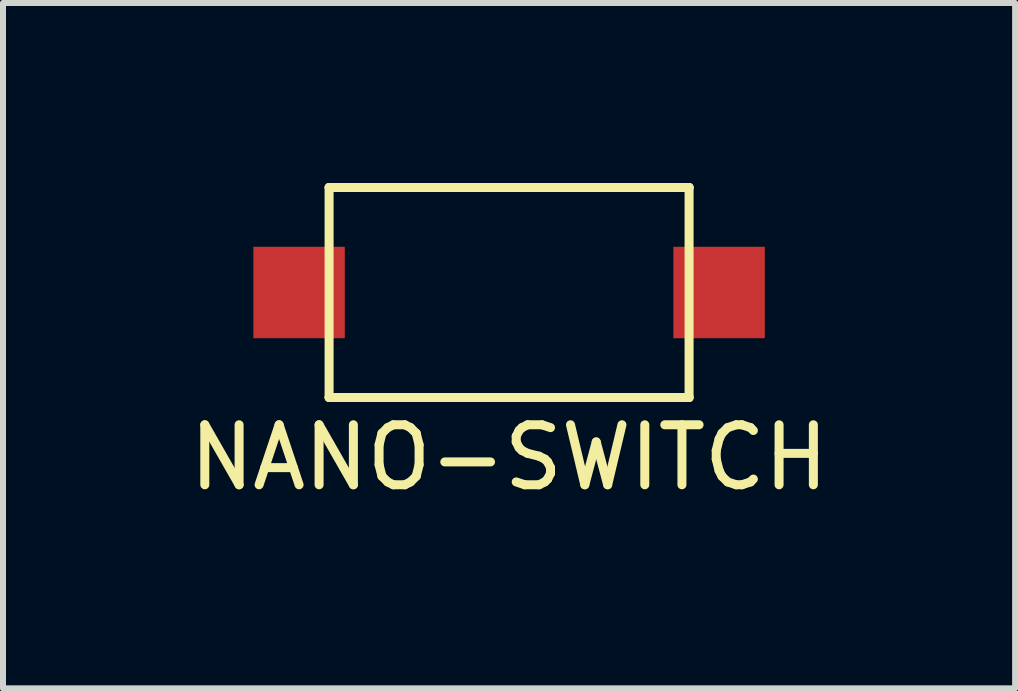
<source format=kicad_pcb>
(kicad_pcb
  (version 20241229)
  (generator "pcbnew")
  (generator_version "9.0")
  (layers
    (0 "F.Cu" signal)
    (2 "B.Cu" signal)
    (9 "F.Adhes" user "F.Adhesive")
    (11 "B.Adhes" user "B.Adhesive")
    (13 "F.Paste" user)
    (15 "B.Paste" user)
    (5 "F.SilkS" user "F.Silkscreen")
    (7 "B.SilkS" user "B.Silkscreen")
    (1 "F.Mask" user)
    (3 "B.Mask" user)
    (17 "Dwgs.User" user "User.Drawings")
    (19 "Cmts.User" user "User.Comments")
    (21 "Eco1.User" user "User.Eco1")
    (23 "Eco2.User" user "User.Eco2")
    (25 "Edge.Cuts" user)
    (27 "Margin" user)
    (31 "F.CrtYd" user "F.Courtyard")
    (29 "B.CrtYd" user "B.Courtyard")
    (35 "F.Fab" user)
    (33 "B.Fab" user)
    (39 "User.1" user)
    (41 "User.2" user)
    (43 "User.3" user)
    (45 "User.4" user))
  (footprint "NANO-SWITCH"
    (layer "F.Cu")
    (at 5.435 1.575)
    (property "Reference" "NANO-SWITCH" (at 0 3 0) (layer "F.SilkS") (effects (font (size 1 1) (thickness 0.15))))
    (attr through_hole)
    (fp_line (start -3 -1.5) (end -3 2) (stroke (width 0.15) (type solid)) (layer "F.SilkS"))
    (fp_line (start -3 -1.5) (end 0 -1.5) (stroke (width 0.15) (type solid)) (layer "F.SilkS"))
    (fp_line (start -3 2) (end 3 2) (stroke (width 0.15) (type solid)) (layer "F.SilkS"))
    (fp_line (start 0 -1.5) (end -3 -1.5) (stroke (width 0.15) (type solid)) (layer "F.SilkS"))
    (fp_line (start 0 -1.5) (end 3 -1.5) (stroke (width 0.15) (type solid)) (layer "F.SilkS"))
    (fp_line (start 3 -1.5) (end 0 -1.5) (stroke (width 0.15) (type solid)) (layer "F.SilkS"))
    (fp_line (start 3 -1.5) (end 3 2) (stroke (width 0.15) (type solid)) (layer "F.SilkS"))
    (fp_line (start 3 2) (end -3 2) (stroke (width 0.15) (type solid)) (layer "F.SilkS"))
    (pad "1" smd rect (at 3.5 0.25) (size 1.524 1.524) (layers "F.Cu" "F.Mask" "F.Paste"))
    (pad "2" smd rect (at -3.5 0.25) (size 1.524 1.524) (layers "F.Cu" "F.Mask" "F.Paste")))
  (gr_rect
    (start -3 -3)
    (end 13.869 8.423)
    (stroke (width 0.1) (type default))
    (fill no)
    (layer "Edge.Cuts")))
</source>
